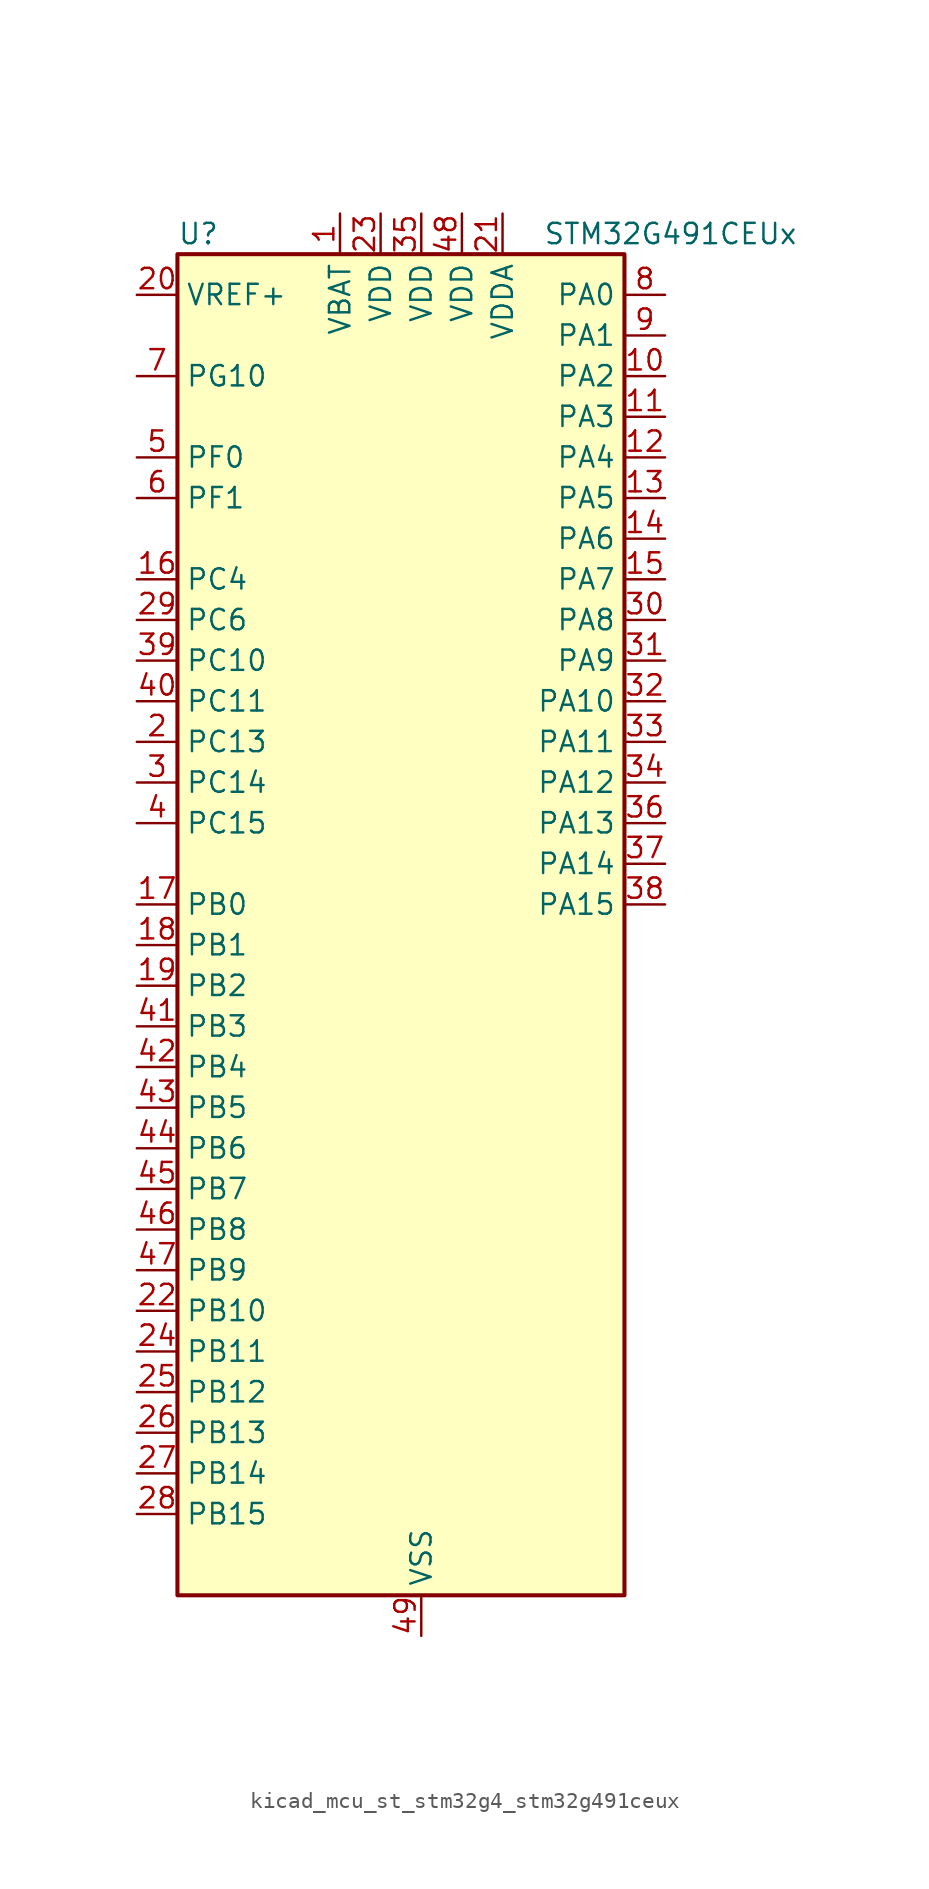
<source format=kicad_sym>
(kicad_symbol_lib
  (version 20220914)
  (generator kicad_symbol_editor)
  (symbol "kicad_mcu_st_stm32g4_stm32g491ceux"
    (property "Reference" "U"
      (at -12.7 44.45 0)
      (effects (font (size 1.27 1.27)) (justify left)))
    (property "Value" "STM32G491CEUx"
      (at 10.16 44.45 0)
      (effects (font (size 1.27 1.27)) (justify left)))
    (property "ki_locked" ""
      (at 0 0 0)
      (effects (font (size 1.27 1.27))))
    (symbol "kicad_mcu_st_stm32g4_stm32g491ceux_0_1"
      (rectangle (start -12.7 -40.64) (end 15.24 43.18) (stroke (width 0.254) (type default)) (fill (type background))))
    (symbol "kicad_mcu_st_stm32g4_stm32g491ceux_1_1"
      (pin power_in line (at -2.54 45.72 270) (length 2.54) (name "VBAT" (effects (font (size 1.27 1.27)))) (number "1" (effects (font (size 1.27 1.27)))))
      (pin bidirectional line (at 17.78 35.56 180) (length 2.54) (name "PA2" (effects (font (size 1.27 1.27)))) (number "10" (effects (font (size 1.27 1.27)))) (alternate "ADC1_IN3" bidirectional line) (alternate "ADC3_EXTI2" bidirectional line) (alternate "COMP2_INM" bidirectional line) (alternate "COMP2_OUT" bidirectional line) (alternate "LPUART1_TX" bidirectional line) (alternate "OPAMP1_VOUT" bidirectional line) (alternate "QUADSPI1_BK1_NCS" bidirectional line) (alternate "RCC_LSCO" bidirectional line) (alternate "SYS_WKUP4" bidirectional line) (alternate "TIM15_CH1" bidirectional line) (alternate "TIM2_CH3" bidirectional line) (alternate "UCPD1_FRSTX1" bidirectional line) (alternate "UCPD1_FRSTX2" bidirectional line) (alternate "USART2_TX" bidirectional line))
      (pin bidirectional line (at 17.78 33.02 180) (length 2.54) (name "PA3" (effects (font (size 1.27 1.27)))) (number "11" (effects (font (size 1.27 1.27)))) (alternate "ADC1_IN4" bidirectional line) (alternate "ADC3_EXTI3" bidirectional line) (alternate "COMP2_INP" bidirectional line) (alternate "LPUART1_RX" bidirectional line) (alternate "OPAMP1_VINM" bidirectional line) (alternate "OPAMP1_VINM0" bidirectional line) (alternate "OPAMP1_VINM_SEC" bidirectional line) (alternate "OPAMP1_VINP" bidirectional line) (alternate "OPAMP1_VINP_SEC" bidirectional line) (alternate "QUADSPI1_CLK" bidirectional line) (alternate "SAI1_CK1" bidirectional line) (alternate "SAI1_MCLK_A" bidirectional line) (alternate "TIM15_CH2" bidirectional line) (alternate "TIM2_CH4" bidirectional line) (alternate "USART2_RX" bidirectional line))
      (pin bidirectional line (at 17.78 30.48 180) (length 2.54) (name "PA4" (effects (font (size 1.27 1.27)))) (number "12" (effects (font (size 1.27 1.27)))) (alternate "ADC2_IN17" bidirectional line) (alternate "COMP1_INM" bidirectional line) (alternate "DAC1_OUT1" bidirectional line) (alternate "I2S3_WS" bidirectional line) (alternate "SAI1_FS_B" bidirectional line) (alternate "SPI1_NSS" bidirectional line) (alternate "SPI3_NSS" bidirectional line) (alternate "TIM3_CH2" bidirectional line) (alternate "USART2_CK" bidirectional line))
      (pin bidirectional line (at 17.78 27.94 180) (length 2.54) (name "PA5" (effects (font (size 1.27 1.27)))) (number "13" (effects (font (size 1.27 1.27)))) (alternate "ADC2_IN13" bidirectional line) (alternate "COMP2_INM" bidirectional line) (alternate "DAC1_OUT2" bidirectional line) (alternate "OPAMP2_VINM" bidirectional line) (alternate "OPAMP2_VINM0" bidirectional line) (alternate "OPAMP2_VINM_SEC" bidirectional line) (alternate "SPI1_SCK" bidirectional line) (alternate "TIM2_CH1" bidirectional line) (alternate "TIM2_ETR" bidirectional line) (alternate "UCPD1_FRSTX1" bidirectional line) (alternate "UCPD1_FRSTX2" bidirectional line))
      (pin bidirectional line (at 17.78 25.4 180) (length 2.54) (name "PA6" (effects (font (size 1.27 1.27)))) (number "14" (effects (font (size 1.27 1.27)))) (alternate "ADC2_IN3" bidirectional line) (alternate "COMP1_OUT" bidirectional line) (alternate "LPUART1_CTS" bidirectional line) (alternate "OPAMP2_VOUT" bidirectional line) (alternate "QUADSPI1_BK1_IO3" bidirectional line) (alternate "SPI1_MISO" bidirectional line) (alternate "TIM16_CH1" bidirectional line) (alternate "TIM1_BKIN" bidirectional line) (alternate "TIM3_CH1" bidirectional line) (alternate "TIM8_BKIN" bidirectional line))
      (pin bidirectional line (at 17.78 22.86 180) (length 2.54) (name "PA7" (effects (font (size 1.27 1.27)))) (number "15" (effects (font (size 1.27 1.27)))) (alternate "ADC2_IN4" bidirectional line) (alternate "COMP2_INP" bidirectional line) (alternate "COMP2_OUT" bidirectional line) (alternate "OPAMP1_VINP" bidirectional line) (alternate "OPAMP1_VINP_SEC" bidirectional line) (alternate "OPAMP2_VINP" bidirectional line) (alternate "OPAMP2_VINP_SEC" bidirectional line) (alternate "QUADSPI1_BK1_IO2" bidirectional line) (alternate "SPI1_MOSI" bidirectional line) (alternate "TIM17_CH1" bidirectional line) (alternate "TIM1_CH1N" bidirectional line) (alternate "TIM3_CH2" bidirectional line) (alternate "TIM8_CH1N" bidirectional line) (alternate "UCPD1_FRSTX1" bidirectional line) (alternate "UCPD1_FRSTX2" bidirectional line))
      (pin bidirectional line (at -15.24 22.86 0) (length 2.54) (name "PC4" (effects (font (size 1.27 1.27)))) (number "16" (effects (font (size 1.27 1.27)))) (alternate "ADC2_IN5" bidirectional line) (alternate "I2C2_SCL" bidirectional line) (alternate "QUADSPI1_BK2_IO3" bidirectional line) (alternate "TIM1_ETR" bidirectional line) (alternate "USART1_TX" bidirectional line))
      (pin bidirectional line (at -15.24 2.54 0) (length 2.54) (name "PB0" (effects (font (size 1.27 1.27)))) (number "17" (effects (font (size 1.27 1.27)))) (alternate "ADC1_IN15" bidirectional line) (alternate "ADC3_IN12" bidirectional line) (alternate "COMP4_INP" bidirectional line) (alternate "OPAMP2_VINP" bidirectional line) (alternate "OPAMP2_VINP_SEC" bidirectional line) (alternate "OPAMP3_VINP" bidirectional line) (alternate "OPAMP3_VINP_SEC" bidirectional line) (alternate "QUADSPI1_BK1_IO1" bidirectional line) (alternate "TIM1_CH2N" bidirectional line) (alternate "TIM3_CH3" bidirectional line) (alternate "TIM8_CH2N" bidirectional line) (alternate "UCPD1_FRSTX1" bidirectional line) (alternate "UCPD1_FRSTX2" bidirectional line))
      (pin bidirectional line (at -15.24 0 0) (length 2.54) (name "PB1" (effects (font (size 1.27 1.27)))) (number "18" (effects (font (size 1.27 1.27)))) (alternate "ADC1_IN12" bidirectional line) (alternate "ADC3_IN1" bidirectional line) (alternate "COMP1_INP" bidirectional line) (alternate "COMP4_OUT" bidirectional line) (alternate "LPUART1_DE" bidirectional line) (alternate "LPUART1_RTS" bidirectional line) (alternate "OPAMP3_VOUT" bidirectional line) (alternate "OPAMP6_VINM" bidirectional line) (alternate "OPAMP6_VINM1" bidirectional line) (alternate "OPAMP6_VINM_SEC" bidirectional line) (alternate "QUADSPI1_BK1_IO0" bidirectional line) (alternate "TIM1_CH3N" bidirectional line) (alternate "TIM3_CH4" bidirectional line) (alternate "TIM8_CH3N" bidirectional line))
      (pin bidirectional line (at -15.24 -2.54 0) (length 2.54) (name "PB2" (effects (font (size 1.27 1.27)))) (number "19" (effects (font (size 1.27 1.27)))) (alternate "ADC2_IN12" bidirectional line) (alternate "ADC3_EXTI2" bidirectional line) (alternate "COMP4_INM" bidirectional line) (alternate "I2C3_SMBA" bidirectional line) (alternate "LPTIM1_OUT" bidirectional line) (alternate "OPAMP3_VINM" bidirectional line) (alternate "OPAMP3_VINM0" bidirectional line) (alternate "OPAMP3_VINM_SEC" bidirectional line) (alternate "QUADSPI1_BK2_IO1" bidirectional line) (alternate "RTC_OUT2" bidirectional line) (alternate "TIM20_CH1" bidirectional line))
      (pin bidirectional line (at -15.24 12.7 0) (length 2.54) (name "PC13" (effects (font (size 1.27 1.27)))) (number "2" (effects (font (size 1.27 1.27)))) (alternate "RTC_OUT1" bidirectional line) (alternate "RTC_TAMP1" bidirectional line) (alternate "RTC_TS" bidirectional line) (alternate "SYS_WKUP2" bidirectional line) (alternate "TIM1_BKIN" bidirectional line) (alternate "TIM1_CH1N" bidirectional line) (alternate "TIM8_CH4N" bidirectional line))
      (pin input line (at -15.24 40.64 0) (length 2.54) (name "VREF+" (effects (font (size 1.27 1.27)))) (number "20" (effects (font (size 1.27 1.27)))) (alternate "VREFBUF_OUT" bidirectional line))
      (pin power_in line (at 7.62 45.72 270) (length 2.54) (name "VDDA" (effects (font (size 1.27 1.27)))) (number "21" (effects (font (size 1.27 1.27)))))
      (pin bidirectional line (at -15.24 -22.86 0) (length 2.54) (name "PB10" (effects (font (size 1.27 1.27)))) (number "22" (effects (font (size 1.27 1.27)))) (alternate "DAC1_EXTI10" bidirectional line) (alternate "DAC3_EXTI10" bidirectional line) (alternate "LPUART1_RX" bidirectional line) (alternate "OPAMP3_VINM" bidirectional line) (alternate "OPAMP3_VINM1" bidirectional line) (alternate "OPAMP3_VINM_SEC" bidirectional line) (alternate "QUADSPI1_CLK" bidirectional line) (alternate "SAI1_SCK_A" bidirectional line) (alternate "TIM1_BKIN" bidirectional line) (alternate "TIM2_CH3" bidirectional line) (alternate "USART3_TX" bidirectional line))
      (pin power_in line (at 0 45.72 270) (length 2.54) (name "VDD" (effects (font (size 1.27 1.27)))) (number "23" (effects (font (size 1.27 1.27)))))
      (pin bidirectional line (at -15.24 -25.4 0) (length 2.54) (name "PB11" (effects (font (size 1.27 1.27)))) (number "24" (effects (font (size 1.27 1.27)))) (alternate "ADC1_EXTI11" bidirectional line) (alternate "ADC1_IN14" bidirectional line) (alternate "ADC2_EXTI11" bidirectional line) (alternate "ADC2_IN14" bidirectional line) (alternate "LPUART1_TX" bidirectional line) (alternate "OPAMP6_VOUT" bidirectional line) (alternate "QUADSPI1_BK1_NCS" bidirectional line) (alternate "TIM2_CH4" bidirectional line) (alternate "USART3_RX" bidirectional line))
      (pin bidirectional line (at -15.24 -27.94 0) (length 2.54) (name "PB12" (effects (font (size 1.27 1.27)))) (number "25" (effects (font (size 1.27 1.27)))) (alternate "ADC1_IN11" bidirectional line) (alternate "FDCAN2_RX" bidirectional line) (alternate "I2C2_SMBA" bidirectional line) (alternate "I2S2_WS" bidirectional line) (alternate "LPUART1_DE" bidirectional line) (alternate "LPUART1_RTS" bidirectional line) (alternate "OPAMP6_VINP" bidirectional line) (alternate "OPAMP6_VINP_SEC" bidirectional line) (alternate "SPI2_NSS" bidirectional line) (alternate "TIM1_BKIN" bidirectional line) (alternate "USART3_CK" bidirectional line))
      (pin bidirectional line (at -15.24 -30.48 0) (length 2.54) (name "PB13" (effects (font (size 1.27 1.27)))) (number "26" (effects (font (size 1.27 1.27)))) (alternate "ADC3_IN5" bidirectional line) (alternate "FDCAN2_TX" bidirectional line) (alternate "I2S2_CK" bidirectional line) (alternate "LPUART1_CTS" bidirectional line) (alternate "OPAMP3_VINP" bidirectional line) (alternate "OPAMP3_VINP_SEC" bidirectional line) (alternate "OPAMP6_VINP" bidirectional line) (alternate "OPAMP6_VINP_SEC" bidirectional line) (alternate "SPI2_SCK" bidirectional line) (alternate "TIM1_CH1N" bidirectional line) (alternate "USART3_CTS" bidirectional line) (alternate "USART3_NSS" bidirectional line))
      (pin bidirectional line (at -15.24 -33.02 0) (length 2.54) (name "PB14" (effects (font (size 1.27 1.27)))) (number "27" (effects (font (size 1.27 1.27)))) (alternate "ADC1_IN5" bidirectional line) (alternate "COMP4_OUT" bidirectional line) (alternate "OPAMP2_VINP" bidirectional line) (alternate "OPAMP2_VINP_SEC" bidirectional line) (alternate "SPI2_MISO" bidirectional line) (alternate "TIM15_CH1" bidirectional line) (alternate "TIM1_CH2N" bidirectional line) (alternate "USART3_DE" bidirectional line) (alternate "USART3_RTS" bidirectional line))
      (pin bidirectional line (at -15.24 -35.56 0) (length 2.54) (name "PB15" (effects (font (size 1.27 1.27)))) (number "28" (effects (font (size 1.27 1.27)))) (alternate "ADC1_EXTI15" bidirectional line) (alternate "ADC2_EXTI15" bidirectional line) (alternate "ADC2_IN15" bidirectional line) (alternate "COMP3_OUT" bidirectional line) (alternate "I2S2_SD" bidirectional line) (alternate "RTC_REFIN" bidirectional line) (alternate "SPI2_MOSI" bidirectional line) (alternate "TIM15_CH1N" bidirectional line) (alternate "TIM15_CH2" bidirectional line) (alternate "TIM1_CH3N" bidirectional line))
      (pin bidirectional line (at -15.24 20.32 0) (length 2.54) (name "PC6" (effects (font (size 1.27 1.27)))) (number "29" (effects (font (size 1.27 1.27)))) (alternate "I2S2_MCK" bidirectional line) (alternate "TIM3_CH1" bidirectional line) (alternate "TIM8_CH1" bidirectional line))
      (pin bidirectional line (at -15.24 10.16 0) (length 2.54) (name "PC14" (effects (font (size 1.27 1.27)))) (number "3" (effects (font (size 1.27 1.27)))) (alternate "RCC_OSC32_IN" bidirectional line))
      (pin bidirectional line (at 17.78 20.32 180) (length 2.54) (name "PA8" (effects (font (size 1.27 1.27)))) (number "30" (effects (font (size 1.27 1.27)))) (alternate "I2C2_SDA" bidirectional line) (alternate "I2C3_SCL" bidirectional line) (alternate "I2S2_MCK" bidirectional line) (alternate "RCC_MCO" bidirectional line) (alternate "SAI1_CK2" bidirectional line) (alternate "SAI1_SCK_A" bidirectional line) (alternate "TIM1_CH1" bidirectional line) (alternate "TIM4_ETR" bidirectional line) (alternate "USART1_CK" bidirectional line))
      (pin bidirectional line (at 17.78 17.78 180) (length 2.54) (name "PA9" (effects (font (size 1.27 1.27)))) (number "31" (effects (font (size 1.27 1.27)))) (alternate "DAC1_EXTI9" bidirectional line) (alternate "DAC3_EXTI9" bidirectional line) (alternate "I2C2_SCL" bidirectional line) (alternate "I2C3_SMBA" bidirectional line) (alternate "I2S3_MCK" bidirectional line) (alternate "SAI1_FS_A" bidirectional line) (alternate "TIM15_BKIN" bidirectional line) (alternate "TIM1_CH2" bidirectional line) (alternate "TIM2_CH3" bidirectional line) (alternate "UCPD1_DBCC1" bidirectional line) (alternate "USART1_TX" bidirectional line))
      (pin bidirectional line (at 17.78 15.24 180) (length 2.54) (name "PA10" (effects (font (size 1.27 1.27)))) (number "32" (effects (font (size 1.27 1.27)))) (alternate "CRS_SYNC" bidirectional line) (alternate "DAC1_EXTI10" bidirectional line) (alternate "DAC3_EXTI10" bidirectional line) (alternate "I2C2_SMBA" bidirectional line) (alternate "SAI1_D1" bidirectional line) (alternate "SAI1_SD_A" bidirectional line) (alternate "SPI2_MISO" bidirectional line) (alternate "TIM17_BKIN" bidirectional line) (alternate "TIM1_CH3" bidirectional line) (alternate "TIM2_CH4" bidirectional line) (alternate "TIM8_BKIN" bidirectional line) (alternate "UCPD1_DBCC2" bidirectional line) (alternate "USART1_RX" bidirectional line))
      (pin bidirectional line (at 17.78 12.7 180) (length 2.54) (name "PA11" (effects (font (size 1.27 1.27)))) (number "33" (effects (font (size 1.27 1.27)))) (alternate "ADC1_EXTI11" bidirectional line) (alternate "ADC2_EXTI11" bidirectional line) (alternate "COMP1_OUT" bidirectional line) (alternate "FDCAN1_RX" bidirectional line) (alternate "I2S2_SD" bidirectional line) (alternate "SPI2_MOSI" bidirectional line) (alternate "TIM1_BKIN2" bidirectional line) (alternate "TIM1_CH1N" bidirectional line) (alternate "TIM1_CH4" bidirectional line) (alternate "TIM4_CH1" bidirectional line) (alternate "USART1_CTS" bidirectional line) (alternate "USART1_NSS" bidirectional line) (alternate "USB_DM" bidirectional line))
      (pin bidirectional line (at 17.78 10.16 180) (length 2.54) (name "PA12" (effects (font (size 1.27 1.27)))) (number "34" (effects (font (size 1.27 1.27)))) (alternate "COMP2_OUT" bidirectional line) (alternate "FDCAN1_TX" bidirectional line) (alternate "I2S_CKIN" bidirectional line) (alternate "TIM16_CH1" bidirectional line) (alternate "TIM1_CH2N" bidirectional line) (alternate "TIM1_ETR" bidirectional line) (alternate "TIM4_CH2" bidirectional line) (alternate "USART1_DE" bidirectional line) (alternate "USART1_RTS" bidirectional line) (alternate "USB_DP" bidirectional line))
      (pin power_in line (at 2.54 45.72 270) (length 2.54) (name "VDD" (effects (font (size 1.27 1.27)))) (number "35" (effects (font (size 1.27 1.27)))))
      (pin bidirectional line (at 17.78 7.62 180) (length 2.54) (name "PA13" (effects (font (size 1.27 1.27)))) (number "36" (effects (font (size 1.27 1.27)))) (alternate "I2C1_SCL" bidirectional line) (alternate "IR_OUT" bidirectional line) (alternate "SAI1_SD_B" bidirectional line) (alternate "SYS_JTMS-SWDIO" bidirectional line) (alternate "TIM16_CH1N" bidirectional line) (alternate "TIM4_CH3" bidirectional line) (alternate "USART3_CTS" bidirectional line) (alternate "USART3_NSS" bidirectional line))
      (pin bidirectional line (at 17.78 5.08 180) (length 2.54) (name "PA14" (effects (font (size 1.27 1.27)))) (number "37" (effects (font (size 1.27 1.27)))) (alternate "I2C1_SDA" bidirectional line) (alternate "LPTIM1_OUT" bidirectional line) (alternate "SAI1_FS_B" bidirectional line) (alternate "SYS_JTCK-SWCLK" bidirectional line) (alternate "TIM1_BKIN" bidirectional line) (alternate "TIM8_CH2" bidirectional line) (alternate "USART2_TX" bidirectional line))
      (pin bidirectional line (at 17.78 2.54 180) (length 2.54) (name "PA15" (effects (font (size 1.27 1.27)))) (number "38" (effects (font (size 1.27 1.27)))) (alternate "ADC1_EXTI15" bidirectional line) (alternate "ADC2_EXTI15" bidirectional line) (alternate "I2C1_SCL" bidirectional line) (alternate "I2S3_WS" bidirectional line) (alternate "SPI1_NSS" bidirectional line) (alternate "SPI3_NSS" bidirectional line) (alternate "SYS_JTDI" bidirectional line) (alternate "TIM1_BKIN" bidirectional line) (alternate "TIM20_ETR" bidirectional line) (alternate "TIM2_CH1" bidirectional line) (alternate "TIM2_ETR" bidirectional line) (alternate "TIM8_CH1" bidirectional line) (alternate "USART2_RX" bidirectional line))
      (pin bidirectional line (at -15.24 17.78 0) (length 2.54) (name "PC10" (effects (font (size 1.27 1.27)))) (number "39" (effects (font (size 1.27 1.27)))) (alternate "DAC1_EXTI10" bidirectional line) (alternate "DAC3_EXTI10" bidirectional line) (alternate "I2S3_CK" bidirectional line) (alternate "SPI3_SCK" bidirectional line) (alternate "TIM8_CH1N" bidirectional line) (alternate "USART3_TX" bidirectional line))
      (pin bidirectional line (at -15.24 7.62 0) (length 2.54) (name "PC15" (effects (font (size 1.27 1.27)))) (number "4" (effects (font (size 1.27 1.27)))) (alternate "ADC1_EXTI15" bidirectional line) (alternate "ADC2_EXTI15" bidirectional line) (alternate "RCC_OSC32_OUT" bidirectional line))
      (pin bidirectional line (at -15.24 15.24 0) (length 2.54) (name "PC11" (effects (font (size 1.27 1.27)))) (number "40" (effects (font (size 1.27 1.27)))) (alternate "ADC1_EXTI11" bidirectional line) (alternate "ADC2_EXTI11" bidirectional line) (alternate "I2C3_SDA" bidirectional line) (alternate "SPI3_MISO" bidirectional line) (alternate "TIM8_CH2N" bidirectional line) (alternate "USART3_RX" bidirectional line))
      (pin bidirectional line (at -15.24 -5.08 0) (length 2.54) (name "PB3" (effects (font (size 1.27 1.27)))) (number "41" (effects (font (size 1.27 1.27)))) (alternate "ADC3_EXTI3" bidirectional line) (alternate "CRS_SYNC" bidirectional line) (alternate "I2S3_CK" bidirectional line) (alternate "SAI1_SCK_B" bidirectional line) (alternate "SPI1_SCK" bidirectional line) (alternate "SPI3_SCK" bidirectional line) (alternate "SYS_JTDO-SWO" bidirectional line) (alternate "TIM2_CH2" bidirectional line) (alternate "TIM3_ETR" bidirectional line) (alternate "TIM4_ETR" bidirectional line) (alternate "TIM8_CH1N" bidirectional line) (alternate "USART2_TX" bidirectional line))
      (pin bidirectional line (at -15.24 -7.62 0) (length 2.54) (name "PB4" (effects (font (size 1.27 1.27)))) (number "42" (effects (font (size 1.27 1.27)))) (alternate "SAI1_MCLK_B" bidirectional line) (alternate "SPI1_MISO" bidirectional line) (alternate "SPI3_MISO" bidirectional line) (alternate "SYS_JTRST" bidirectional line) (alternate "TIM16_CH1" bidirectional line) (alternate "TIM17_BKIN" bidirectional line) (alternate "TIM3_CH1" bidirectional line) (alternate "TIM8_CH2N" bidirectional line) (alternate "UCPD1_CC2" bidirectional line) (alternate "USART2_RX" bidirectional line))
      (pin bidirectional line (at -15.24 -10.16 0) (length 2.54) (name "PB5" (effects (font (size 1.27 1.27)))) (number "43" (effects (font (size 1.27 1.27)))) (alternate "FDCAN2_RX" bidirectional line) (alternate "I2C1_SMBA" bidirectional line) (alternate "I2C3_SDA" bidirectional line) (alternate "I2S3_SD" bidirectional line) (alternate "LPTIM1_IN1" bidirectional line) (alternate "SAI1_SD_B" bidirectional line) (alternate "SPI1_MOSI" bidirectional line) (alternate "SPI3_MOSI" bidirectional line) (alternate "TIM16_BKIN" bidirectional line) (alternate "TIM17_CH1" bidirectional line) (alternate "TIM3_CH2" bidirectional line) (alternate "TIM8_CH3N" bidirectional line) (alternate "USART2_CK" bidirectional line))
      (pin bidirectional line (at -15.24 -12.7 0) (length 2.54) (name "PB6" (effects (font (size 1.27 1.27)))) (number "44" (effects (font (size 1.27 1.27)))) (alternate "COMP4_OUT" bidirectional line) (alternate "FDCAN2_TX" bidirectional line) (alternate "LPTIM1_ETR" bidirectional line) (alternate "SAI1_FS_B" bidirectional line) (alternate "TIM16_CH1N" bidirectional line) (alternate "TIM4_CH1" bidirectional line) (alternate "TIM8_BKIN2" bidirectional line) (alternate "TIM8_CH1" bidirectional line) (alternate "TIM8_ETR" bidirectional line) (alternate "UCPD1_CC1" bidirectional line) (alternate "USART1_TX" bidirectional line))
      (pin bidirectional line (at -15.24 -15.24 0) (length 2.54) (name "PB7" (effects (font (size 1.27 1.27)))) (number "45" (effects (font (size 1.27 1.27)))) (alternate "COMP3_OUT" bidirectional line) (alternate "I2C1_SDA" bidirectional line) (alternate "LPTIM1_IN2" bidirectional line) (alternate "SYS_PVD_IN" bidirectional line) (alternate "TIM17_CH1N" bidirectional line) (alternate "TIM3_CH4" bidirectional line) (alternate "TIM4_CH2" bidirectional line) (alternate "TIM8_BKIN" bidirectional line) (alternate "USART1_RX" bidirectional line))
      (pin bidirectional line (at -15.24 -17.78 0) (length 2.54) (name "PB8" (effects (font (size 1.27 1.27)))) (number "46" (effects (font (size 1.27 1.27)))) (alternate "COMP1_OUT" bidirectional line) (alternate "FDCAN1_RX" bidirectional line) (alternate "I2C1_SCL" bidirectional line) (alternate "SAI1_CK1" bidirectional line) (alternate "SAI1_MCLK_A" bidirectional line) (alternate "TIM16_CH1" bidirectional line) (alternate "TIM1_BKIN" bidirectional line) (alternate "TIM4_CH3" bidirectional line) (alternate "TIM8_CH2" bidirectional line) (alternate "USART3_RX" bidirectional line))
      (pin bidirectional line (at -15.24 -20.32 0) (length 2.54) (name "PB9" (effects (font (size 1.27 1.27)))) (number "47" (effects (font (size 1.27 1.27)))) (alternate "COMP2_OUT" bidirectional line) (alternate "DAC1_EXTI9" bidirectional line) (alternate "DAC3_EXTI9" bidirectional line) (alternate "FDCAN1_TX" bidirectional line) (alternate "I2C1_SDA" bidirectional line) (alternate "IR_OUT" bidirectional line) (alternate "SAI1_D2" bidirectional line) (alternate "SAI1_FS_A" bidirectional line) (alternate "TIM17_CH1" bidirectional line) (alternate "TIM1_CH3N" bidirectional line) (alternate "TIM4_CH4" bidirectional line) (alternate "TIM8_CH3" bidirectional line) (alternate "USART3_TX" bidirectional line))
      (pin power_in line (at 5.08 45.72 270) (length 2.54) (name "VDD" (effects (font (size 1.27 1.27)))) (number "48" (effects (font (size 1.27 1.27)))))
      (pin power_in line (at 2.54 -43.18 90) (length 2.54) (name "VSS" (effects (font (size 1.27 1.27)))) (number "49" (effects (font (size 1.27 1.27)))))
      (pin bidirectional line (at -15.24 30.48 0) (length 2.54) (name "PF0" (effects (font (size 1.27 1.27)))) (number "5" (effects (font (size 1.27 1.27)))) (alternate "ADC1_IN10" bidirectional line) (alternate "I2C2_SDA" bidirectional line) (alternate "I2S2_WS" bidirectional line) (alternate "RCC_OSC_IN" bidirectional line) (alternate "SPI2_NSS" bidirectional line) (alternate "TIM1_CH3N" bidirectional line))
      (pin bidirectional line (at -15.24 27.94 0) (length 2.54) (name "PF1" (effects (font (size 1.27 1.27)))) (number "6" (effects (font (size 1.27 1.27)))) (alternate "ADC2_IN10" bidirectional line) (alternate "COMP3_INM" bidirectional line) (alternate "I2S2_CK" bidirectional line) (alternate "RCC_OSC_OUT" bidirectional line) (alternate "SPI2_SCK" bidirectional line))
      (pin bidirectional line (at -15.24 35.56 0) (length 2.54) (name "PG10" (effects (font (size 1.27 1.27)))) (number "7" (effects (font (size 1.27 1.27)))) (alternate "DAC1_EXTI10" bidirectional line) (alternate "DAC3_EXTI10" bidirectional line) (alternate "RCC_MCO" bidirectional line))
      (pin bidirectional line (at 17.78 40.64 180) (length 2.54) (name "PA0" (effects (font (size 1.27 1.27)))) (number "8" (effects (font (size 1.27 1.27)))) (alternate "ADC1_IN1" bidirectional line) (alternate "ADC2_IN1" bidirectional line) (alternate "COMP1_INM" bidirectional line) (alternate "COMP1_OUT" bidirectional line) (alternate "COMP3_INP" bidirectional line) (alternate "RTC_TAMP2" bidirectional line) (alternate "SYS_WKUP1" bidirectional line) (alternate "TIM2_CH1" bidirectional line) (alternate "TIM2_ETR" bidirectional line) (alternate "TIM8_BKIN" bidirectional line) (alternate "TIM8_ETR" bidirectional line) (alternate "USART2_CTS" bidirectional line) (alternate "USART2_NSS" bidirectional line))
      (pin bidirectional line (at 17.78 38.1 180) (length 2.54) (name "PA1" (effects (font (size 1.27 1.27)))) (number "9" (effects (font (size 1.27 1.27)))) (alternate "ADC1_IN2" bidirectional line) (alternate "ADC2_IN2" bidirectional line) (alternate "COMP1_INP" bidirectional line) (alternate "OPAMP1_VINP" bidirectional line) (alternate "OPAMP1_VINP_SEC" bidirectional line) (alternate "OPAMP3_VINP" bidirectional line) (alternate "OPAMP3_VINP_SEC" bidirectional line) (alternate "OPAMP6_VINM" bidirectional line) (alternate "OPAMP6_VINM0" bidirectional line) (alternate "OPAMP6_VINM_SEC" bidirectional line) (alternate "RTC_REFIN" bidirectional line) (alternate "TIM15_CH1N" bidirectional line) (alternate "TIM2_CH2" bidirectional line) (alternate "USART2_DE" bidirectional line) (alternate "USART2_RTS" bidirectional line)))))
</source>
